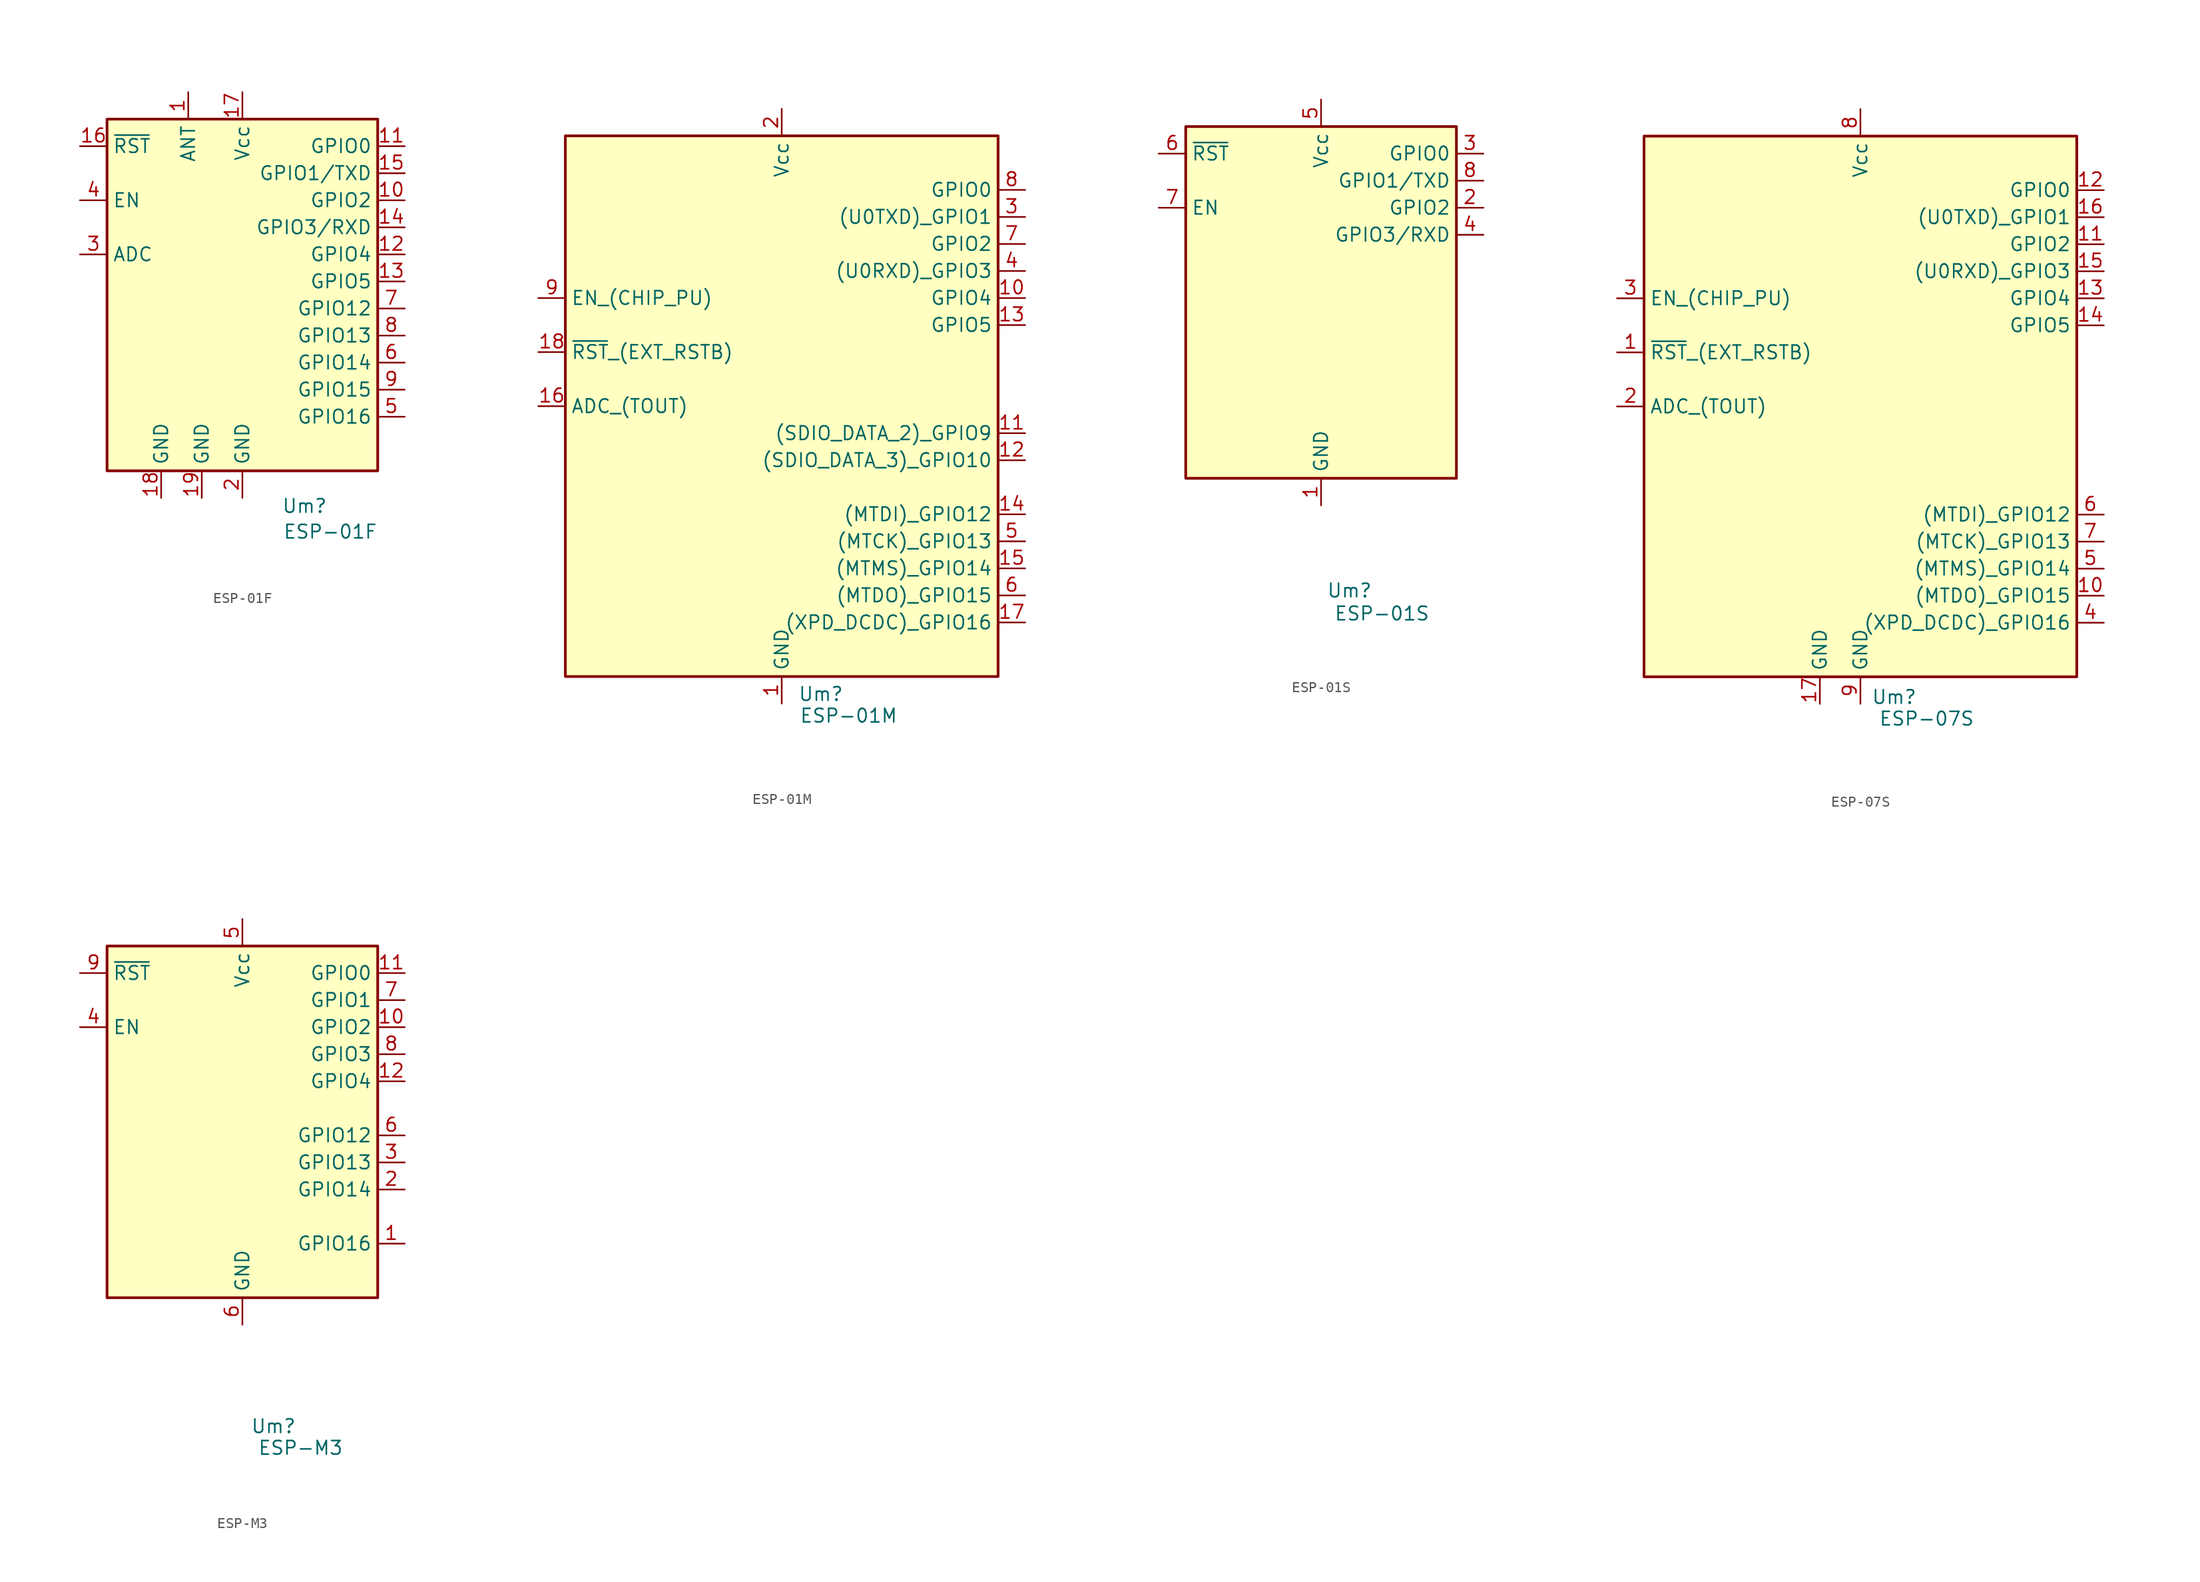
<source format=kicad_sym>
(kicad_symbol_lib
  (version 20211014)
  (generator kicad_symbol_editor)
  (symbol "ESP-01F"
    (property "Reference" "Um"
      (at 3.683 -21.082 0)
      (effects (font (size 1.27 1.27)) (justify left)))
    (property "Value" "ESP-01F"
      (at 12.7 -23.495 0)
      (effects (font (size 1.27 1.27)) (justify right)))
    (symbol "ESP-01F_0_1"
      (rectangle (start -12.7 15.24) (end 12.7 -17.78) (stroke (width 0.254) (type default) (color 0 0 0 0)) (fill (type background))))
    (symbol "ESP-01F_1_1"
      (pin bidirectional line (at -5.08 17.78 270) (length 2.54) (name "ANT" (effects (font (size 1.27 1.27)))) (number "1" (effects (font (size 1.27 1.27)))))
      (pin bidirectional line (at 15.24 7.62 180) (length 2.54) (name "GPIO2" (effects (font (size 1.27 1.27)))) (number "10" (effects (font (size 1.27 1.27)))))
      (pin bidirectional line (at 15.24 12.7 180) (length 2.54) (name "GPIO0" (effects (font (size 1.27 1.27)))) (number "11" (effects (font (size 1.27 1.27)))))
      (pin bidirectional line (at 15.24 2.54 180) (length 2.54) (name "GPIO4" (effects (font (size 1.27 1.27)))) (number "12" (effects (font (size 1.27 1.27)))))
      (pin bidirectional line (at 15.24 0 180) (length 2.54) (name "GPIO5" (effects (font (size 1.27 1.27)))) (number "13" (effects (font (size 1.27 1.27)))))
      (pin bidirectional line (at 15.24 5.08 180) (length 2.54) (name "GPIO3/RXD" (effects (font (size 1.27 1.27)))) (number "14" (effects (font (size 1.27 1.27)))))
      (pin bidirectional line (at 15.24 10.16 180) (length 2.54) (name "GPIO1/TXD" (effects (font (size 1.27 1.27)))) (number "15" (effects (font (size 1.27 1.27)))))
      (pin input line (at -15.24 12.7 0) (length 2.54) (name "~{RST}" (effects (font (size 1.27 1.27)))) (number "16" (effects (font (size 1.27 1.27)))))
      (pin power_in line (at 0 17.78 270) (length 2.54) (name "Vcc" (effects (font (size 1.27 1.27)))) (number "17" (effects (font (size 1.27 1.27)))))
      (pin power_in line (at -7.62 -20.32 90) (length 2.54) (name "GND" (effects (font (size 1.27 1.27)))) (number "18" (effects (font (size 1.27 1.27)))))
      (pin power_in line (at -3.81 -20.32 90) (length 2.54) (name "GND" (effects (font (size 1.27 1.27)))) (number "19" (effects (font (size 1.27 1.27)))))
      (pin power_in line (at 0 -20.32 90) (length 2.54) (name "GND" (effects (font (size 1.27 1.27)))) (number "2" (effects (font (size 1.27 1.27)))))
      (pin input line (at -15.24 2.54 0) (length 2.54) (name "ADC" (effects (font (size 1.27 1.27)))) (number "3" (effects (font (size 1.27 1.27)))))
      (pin input line (at -15.24 7.62 0) (length 2.54) (name "EN" (effects (font (size 1.27 1.27)))) (number "4" (effects (font (size 1.27 1.27)))))
      (pin bidirectional line (at 15.24 -12.7 180) (length 2.54) (name "GPIO16" (effects (font (size 1.27 1.27)))) (number "5" (effects (font (size 1.27 1.27)))))
      (pin bidirectional line (at 15.24 -7.62 180) (length 2.54) (name "GPIO14" (effects (font (size 1.27 1.27)))) (number "6" (effects (font (size 1.27 1.27)))))
      (pin bidirectional line (at 15.24 -2.54 180) (length 2.54) (name "GPIO12" (effects (font (size 1.27 1.27)))) (number "7" (effects (font (size 1.27 1.27)))))
      (pin bidirectional line (at 15.24 -5.08 180) (length 2.54) (name "GPIO13" (effects (font (size 1.27 1.27)))) (number "8" (effects (font (size 1.27 1.27)))))
      (pin bidirectional line (at 15.24 -10.16 180) (length 2.54) (name "GPIO15" (effects (font (size 1.27 1.27)))) (number "9" (effects (font (size 1.27 1.27)))))))
  (symbol "ESP-01M"
    (property "Reference" "Um"
      (at 1.524 -27.051 0)
      (effects (font (size 1.27 1.27)) (justify left)))
    (property "Value" "ESP-01M"
      (at 10.922 -29.083 0)
      (effects (font (size 1.27 1.27)) (justify right)))
    (symbol "ESP-01M_0_1"
      (rectangle (start -20.32 25.4) (end 20.32 -25.4) (stroke (width 0.254) (type default) (color 0 0 0 0)) (fill (type background))))
    (symbol "ESP-01M_1_1"
      (pin power_in line (at 0 -27.94 90) (length 2.54) (name "GND" (effects (font (size 1.27 1.27)))) (number "1" (effects (font (size 1.27 1.27)))))
      (pin bidirectional line (at 22.86 10.16 180) (length 2.54) (name "GPIO4" (effects (font (size 1.27 1.27)))) (number "10" (effects (font (size 1.27 1.27)))))
      (pin bidirectional line (at 22.86 -2.54 180) (length 2.54) (name "(SDIO_DATA_2)_GPIO9" (effects (font (size 1.27 1.27)))) (number "11" (effects (font (size 1.27 1.27)))))
      (pin bidirectional line (at 22.86 -5.08 180) (length 2.54) (name "(SDIO_DATA_3)_GPIO10" (effects (font (size 1.27 1.27)))) (number "12" (effects (font (size 1.27 1.27)))))
      (pin bidirectional line (at 22.86 7.62 180) (length 2.54) (name "GPIO5" (effects (font (size 1.27 1.27)))) (number "13" (effects (font (size 1.27 1.27)))))
      (pin bidirectional line (at 22.86 -10.16 180) (length 2.54) (name "(MTDI)_GPIO12" (effects (font (size 1.27 1.27)))) (number "14" (effects (font (size 1.27 1.27)))))
      (pin bidirectional line (at 22.86 -15.24 180) (length 2.54) (name "(MTMS)_GPIO14" (effects (font (size 1.27 1.27)))) (number "15" (effects (font (size 1.27 1.27)))))
      (pin input line (at -22.86 0 0) (length 2.54) (name "ADC_(TOUT)" (effects (font (size 1.27 1.27)))) (number "16" (effects (font (size 1.27 1.27)))))
      (pin bidirectional line (at 22.86 -20.32 180) (length 2.54) (name "(XPD_DCDC)_GPIO16" (effects (font (size 1.27 1.27)))) (number "17" (effects (font (size 1.27 1.27)))))
      (pin input line (at -22.86 5.08 0) (length 2.54) (name "~{RST}_(EXT_RSTB)" (effects (font (size 1.27 1.27)))) (number "18" (effects (font (size 1.27 1.27)))))
      (pin power_in line (at 0 27.94 270) (length 2.54) (name "Vcc" (effects (font (size 1.27 1.27)))) (number "2" (effects (font (size 1.27 1.27)))))
      (pin bidirectional line (at 22.86 17.78 180) (length 2.54) (name "(U0TXD)_GPIO1" (effects (font (size 1.27 1.27)))) (number "3" (effects (font (size 1.27 1.27)))))
      (pin bidirectional line (at 22.86 12.7 180) (length 2.54) (name "(U0RXD)_GPIO3" (effects (font (size 1.27 1.27)))) (number "4" (effects (font (size 1.27 1.27)))))
      (pin bidirectional line (at 22.86 -12.7 180) (length 2.54) (name "(MTCK)_GPIO13" (effects (font (size 1.27 1.27)))) (number "5" (effects (font (size 1.27 1.27)))))
      (pin bidirectional line (at 22.86 -17.78 180) (length 2.54) (name "(MTDO)_GPIO15" (effects (font (size 1.27 1.27)))) (number "6" (effects (font (size 1.27 1.27)))))
      (pin bidirectional line (at 22.86 15.24 180) (length 2.54) (name "GPIO2" (effects (font (size 1.27 1.27)))) (number "7" (effects (font (size 1.27 1.27)))))
      (pin bidirectional line (at 22.86 20.32 180) (length 2.54) (name "GPIO0" (effects (font (size 1.27 1.27)))) (number "8" (effects (font (size 1.27 1.27)))))
      (pin input line (at -22.86 10.16 0) (length 2.54) (name "EN_(CHIP_PU)" (effects (font (size 1.27 1.27)))) (number "9" (effects (font (size 1.27 1.27)))))))
  (symbol "ESP-01S"
    (property "Reference" "Um"
      (at 2.667 -27.051 0)
      (effects (font (size 1.27 1.27))))
    (property "Value" "ESP-01S"
      (at 5.715 -29.21 0)
      (effects (font (size 1.27 1.27))))
    (symbol "ESP-01S_0_1"
      (rectangle (start -12.7 16.51) (end 12.7 -16.51) (stroke (width 0.254) (type default) (color 0 0 0 0)) (fill (type background))))
    (symbol "ESP-01S_1_1"
      (pin power_in line (at 0 -19.05 90) (length 2.54) (name "GND" (effects (font (size 1.27 1.27)))) (number "1" (effects (font (size 1.27 1.27)))))
      (pin bidirectional line (at 15.24 8.89 180) (length 2.54) (name "GPIO2" (effects (font (size 1.27 1.27)))) (number "2" (effects (font (size 1.27 1.27)))))
      (pin bidirectional line (at 15.24 13.97 180) (length 2.54) (name "GPIO0" (effects (font (size 1.27 1.27)))) (number "3" (effects (font (size 1.27 1.27)))))
      (pin bidirectional line (at 15.24 6.35 180) (length 2.54) (name "GPIO3/RXD" (effects (font (size 1.27 1.27)))) (number "4" (effects (font (size 1.27 1.27)))))
      (pin power_in line (at 0 19.05 270) (length 2.54) (name "Vcc" (effects (font (size 1.27 1.27)))) (number "5" (effects (font (size 1.27 1.27)))))
      (pin input line (at -15.24 13.97 0) (length 2.54) (name "~{RST}" (effects (font (size 1.27 1.27)))) (number "6" (effects (font (size 1.27 1.27)))))
      (pin input line (at -15.24 8.89 0) (length 2.54) (name "EN" (effects (font (size 1.27 1.27)))) (number "7" (effects (font (size 1.27 1.27)))))
      (pin bidirectional line (at 15.24 11.43 180) (length 2.54) (name "GPIO1/TXD" (effects (font (size 1.27 1.27)))) (number "8" (effects (font (size 1.27 1.27)))))))
  (symbol "ESP-07S"
    (property "Reference" "Um"
      (at 3.175 -27.305 0)
      (effects (font (size 1.27 1.27))))
    (property "Value" "ESP-07S"
      (at 6.223 -29.337 0)
      (effects (font (size 1.27 1.27))))
    (symbol "ESP-07S_0_1"
      (rectangle (start -20.32 25.4) (end 20.32 -25.4) (stroke (width 0.254) (type default) (color 0 0 0 0)) (fill (type background))))
    (symbol "ESP-07S_1_1"
      (pin input line (at -22.86 5.08 0) (length 2.54) (name "~{RST}_(EXT_RSTB)" (effects (font (size 1.27 1.27)))) (number "1" (effects (font (size 1.27 1.27)))))
      (pin bidirectional line (at 22.86 -17.78 180) (length 2.54) (name "(MTDO)_GPIO15" (effects (font (size 1.27 1.27)))) (number "10" (effects (font (size 1.27 1.27)))))
      (pin bidirectional line (at 22.86 15.24 180) (length 2.54) (name "GPIO2" (effects (font (size 1.27 1.27)))) (number "11" (effects (font (size 1.27 1.27)))))
      (pin bidirectional line (at 22.86 20.32 180) (length 2.54) (name "GPIO0" (effects (font (size 1.27 1.27)))) (number "12" (effects (font (size 1.27 1.27)))))
      (pin bidirectional line (at 22.86 10.16 180) (length 2.54) (name "GPIO4" (effects (font (size 1.27 1.27)))) (number "13" (effects (font (size 1.27 1.27)))))
      (pin bidirectional line (at 22.86 7.62 180) (length 2.54) (name "GPIO5" (effects (font (size 1.27 1.27)))) (number "14" (effects (font (size 1.27 1.27)))))
      (pin bidirectional line (at 22.86 12.7 180) (length 2.54) (name "(U0RXD)_GPIO3" (effects (font (size 1.27 1.27)))) (number "15" (effects (font (size 1.27 1.27)))))
      (pin bidirectional line (at 22.86 17.78 180) (length 2.54) (name "(U0TXD)_GPIO1" (effects (font (size 1.27 1.27)))) (number "16" (effects (font (size 1.27 1.27)))))
      (pin power_in line (at -3.81 -27.94 90) (length 2.54) (name "GND" (effects (font (size 1.27 1.27)))) (number "17" (effects (font (size 1.27 1.27)))))
      (pin input line (at -22.86 0 0) (length 2.54) (name "ADC_(TOUT)" (effects (font (size 1.27 1.27)))) (number "2" (effects (font (size 1.27 1.27)))))
      (pin input line (at -22.86 10.16 0) (length 2.54) (name "EN_(CHIP_PU)" (effects (font (size 1.27 1.27)))) (number "3" (effects (font (size 1.27 1.27)))))
      (pin bidirectional line (at 22.86 -20.32 180) (length 2.54) (name "(XPD_DCDC)_GPIO16" (effects (font (size 1.27 1.27)))) (number "4" (effects (font (size 1.27 1.27)))))
      (pin bidirectional line (at 22.86 -15.24 180) (length 2.54) (name "(MTMS)_GPIO14" (effects (font (size 1.27 1.27)))) (number "5" (effects (font (size 1.27 1.27)))))
      (pin bidirectional line (at 22.86 -10.16 180) (length 2.54) (name "(MTDI)_GPIO12" (effects (font (size 1.27 1.27)))) (number "6" (effects (font (size 1.27 1.27)))))
      (pin bidirectional line (at 22.86 -12.7 180) (length 2.54) (name "(MTCK)_GPIO13" (effects (font (size 1.27 1.27)))) (number "7" (effects (font (size 1.27 1.27)))))
      (pin power_in line (at 0 27.94 270) (length 2.54) (name "Vcc" (effects (font (size 1.27 1.27)))) (number "8" (effects (font (size 1.27 1.27)))))
      (pin power_in line (at 0 -27.94 90) (length 2.54) (name "GND" (effects (font (size 1.27 1.27)))) (number "9" (effects (font (size 1.27 1.27)))))))
  (symbol "ESP-M3"
    (property "Reference" "Um"
      (at 2.921 -27.305 0)
      (effects (font (size 1.27 1.27))))
    (property "Value" "ESP-M3"
      (at 5.461 -29.337 0)
      (effects (font (size 1.27 1.27))))
    (symbol "ESP-M3_0_1"
      (rectangle (start -12.7 17.78) (end 12.7 -15.24) (stroke (width 0.254) (type default) (color 0 0 0 0)) (fill (type background))))
    (symbol "ESP-M3_1_1"
      (pin bidirectional line (at 15.24 -10.16 180) (length 2.54) (name "GPIO16" (effects (font (size 1.27 1.27)))) (number "1" (effects (font (size 1.27 1.27)))))
      (pin bidirectional line (at 15.24 10.16 180) (length 2.54) (name "GPIO2" (effects (font (size 1.27 1.27)))) (number "10" (effects (font (size 1.27 1.27)))))
      (pin bidirectional line (at 15.24 15.24 180) (length 2.54) (name "GPIO0" (effects (font (size 1.27 1.27)))) (number "11" (effects (font (size 1.27 1.27)))))
      (pin bidirectional line (at 15.24 5.08 180) (length 2.54) (name "GPIO4" (effects (font (size 1.27 1.27)))) (number "12" (effects (font (size 1.27 1.27)))))
      (pin bidirectional line (at 15.24 -5.08 180) (length 2.54) (name "GPIO14" (effects (font (size 1.27 1.27)))) (number "2" (effects (font (size 1.27 1.27)))))
      (pin bidirectional line (at 15.24 -2.54 180) (length 2.54) (name "GPIO13" (effects (font (size 1.27 1.27)))) (number "3" (effects (font (size 1.27 1.27)))))
      (pin input line (at -15.24 10.16 0) (length 2.54) (name "EN" (effects (font (size 1.27 1.27)))) (number "4" (effects (font (size 1.27 1.27)))))
      (pin power_in line (at 0 20.32 270) (length 2.54) (name "Vcc" (effects (font (size 1.27 1.27)))) (number "5" (effects (font (size 1.27 1.27)))))
      (pin power_in line (at 0 -17.78 90) (length 2.54) (name "GND" (effects (font (size 1.27 1.27)))) (number "6" (effects (font (size 1.27 1.27)))))
      (pin bidirectional line (at 15.24 0 180) (length 2.54) (name "GPIO12" (effects (font (size 1.27 1.27)))) (number "6" (effects (font (size 1.27 1.27)))))
      (pin bidirectional line (at 15.24 12.7 180) (length 2.54) (name "GPIO1" (effects (font (size 1.27 1.27)))) (number "7" (effects (font (size 1.27 1.27)))))
      (pin bidirectional line (at 15.24 7.62 180) (length 2.54) (name "GPIO3" (effects (font (size 1.27 1.27)))) (number "8" (effects (font (size 1.27 1.27)))))
      (pin input line (at -15.24 15.24 0) (length 2.54) (name "~{RST}" (effects (font (size 1.27 1.27)))) (number "9" (effects (font (size 1.27 1.27))))))))
</source>
